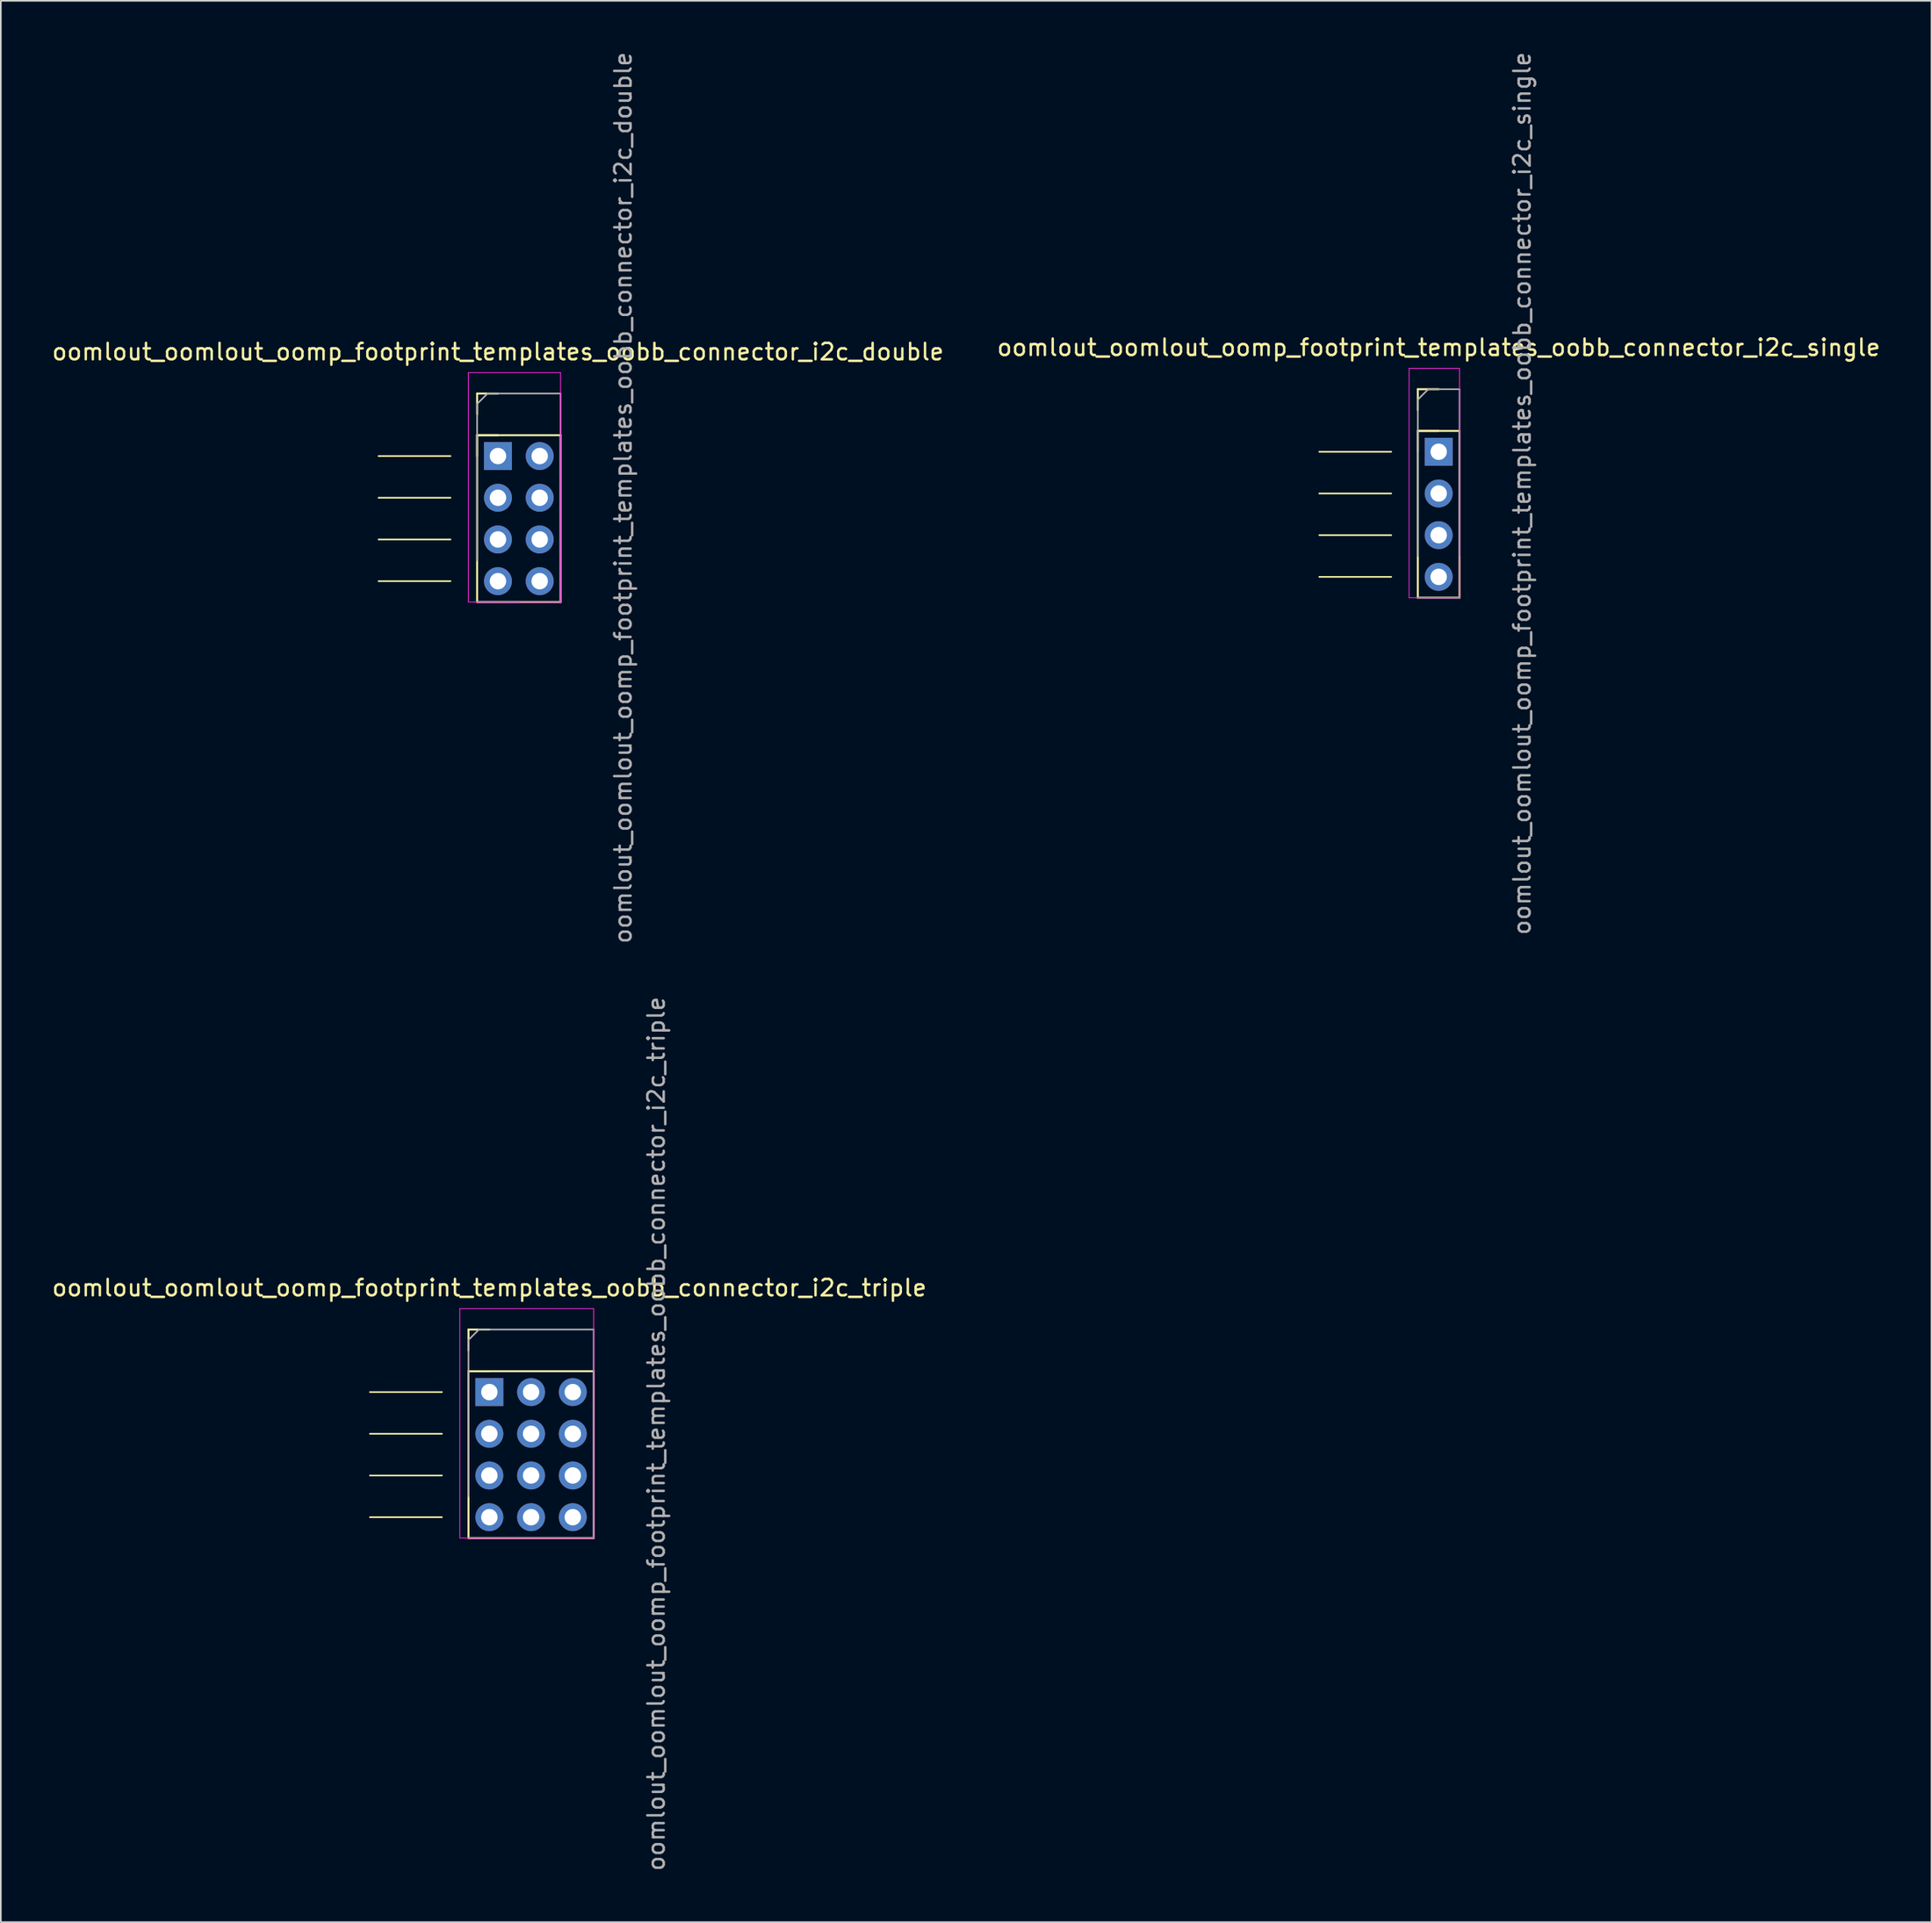
<source format=kicad_pcb>
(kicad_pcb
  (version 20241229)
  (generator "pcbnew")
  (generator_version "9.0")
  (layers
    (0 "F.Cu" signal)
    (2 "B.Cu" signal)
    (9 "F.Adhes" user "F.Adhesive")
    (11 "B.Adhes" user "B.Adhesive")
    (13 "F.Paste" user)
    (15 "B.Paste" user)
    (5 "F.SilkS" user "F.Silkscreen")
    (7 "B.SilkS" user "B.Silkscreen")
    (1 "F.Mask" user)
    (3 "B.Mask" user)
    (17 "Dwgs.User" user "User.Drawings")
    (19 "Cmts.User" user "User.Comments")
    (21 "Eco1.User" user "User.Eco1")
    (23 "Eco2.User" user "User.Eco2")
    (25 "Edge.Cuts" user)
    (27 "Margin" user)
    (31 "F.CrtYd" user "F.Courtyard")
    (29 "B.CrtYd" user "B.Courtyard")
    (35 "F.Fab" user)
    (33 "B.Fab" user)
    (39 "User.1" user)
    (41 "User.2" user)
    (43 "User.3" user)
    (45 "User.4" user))
  (footprint "oomlout_oomlout_oomp_footprint_templates_oobb_connector_i2c_triple"
    (layer "F.Cu")
    (at 26.744 81.74)
    (property "Reference" "oomlout_oomlout_oomp_footprint_templates_oobb_connector_i2c_triple" (at 0 -6.35 0) (layer "F.SilkS") (effects (font (size 1 1) (thickness 0.15))))
    (attr through_hole)
    (fp_line (start -2.89 0) (end -7.27 0) (stroke (width 0.1) (type default)) (layer "F.SilkS"))
    (fp_line (start -2.89 2.54) (end -7.27 2.54) (stroke (width 0.1) (type default)) (layer "F.SilkS"))
    (fp_line (start -2.89 5.08) (end -7.27 5.08) (stroke (width 0.1) (type default)) (layer "F.SilkS"))
    (fp_line (start -2.89 7.62) (end -7.27 7.62) (stroke (width 0.1) (type default)) (layer "F.SilkS"))
    (fp_line (start -1.27 -3.81) (end 0 -3.81) (stroke (width 0.12) (type solid)) (layer "F.SilkS"))
    (fp_line (start -1.27 -2.54) (end -1.27 -3.81) (stroke (width 0.12) (type solid)) (layer "F.SilkS"))
    (fp_line (start -1.27 -1.27) (end -1.27 8.89) (stroke (width 0.12) (type solid)) (layer "F.SilkS"))
    (fp_line (start -1.27 -1.27) (end 0 -1.27) (stroke (width 0.12) (type solid)) (layer "F.SilkS"))
    (fp_line (start -1.27 0) (end -1.27 -1.27) (stroke (width 0.12) (type solid)) (layer "F.SilkS"))
    (fp_line (start -1.27 8.89) (end 6.35 8.89) (stroke (width 0.12) (type solid)) (layer "F.SilkS"))
    (fp_line (start 6.35 -1.27) (end -1.27 -1.27) (stroke (width 0.12) (type solid)) (layer "F.SilkS"))
    (fp_line (start 6.35 -1.27) (end 6.35 8.89) (stroke (width 0.12) (type solid)) (layer "F.SilkS"))
    (fp_line (start -1.8 -5.08) (end -1.8 8.89) (stroke (width 0.05) (type solid)) (layer "F.CrtYd"))
    (fp_line (start -1.8 8.89) (end 6.35 8.89) (stroke (width 0.05) (type solid)) (layer "F.CrtYd"))
    (fp_line (start 6.35 -5.08) (end -1.8 -5.08) (stroke (width 0.05) (type solid)) (layer "F.CrtYd"))
    (fp_line (start 6.35 8.89) (end 6.35 -5.08) (stroke (width 0.05) (type solid)) (layer "F.CrtYd"))
    (fp_line (start -1.27 -3.175) (end -0.635 -3.81) (stroke (width 0.1) (type solid)) (layer "F.Fab"))
    (fp_line (start -1.27 6.35) (end -1.27 -3.175) (stroke (width 0.1) (type solid)) (layer "F.Fab"))
    (fp_line (start -0.635 -3.81) (end 6.35 -3.81) (stroke (width 0.1) (type solid)) (layer "F.Fab"))
    (fp_line (start 6.35 -3.81) (end 6.35 8.89) (stroke (width 0.1) (type solid)) (layer "F.Fab"))
    (fp_line (start 6.35 8.89) (end -1.27 8.89) (stroke (width 0.1) (type solid)) (layer "F.Fab"))
    (fp_text user "${REFERENCE}" (at 10.16 2.54 90) (layer "F.Fab") (effects (font (size 1 1) (thickness 0.15))))
    (pad "1" thru_hole oval (at 0 7.62) (size 1.7 1.7) (drill 1) (layers "*.Cu" "*.Mask"))
    (pad "1" thru_hole oval (at 2.54 7.62) (size 1.7 1.7) (drill 1) (layers "*.Cu" "*.Mask"))
    (pad "1" thru_hole oval (at 5.08 7.62) (size 1.7 1.7) (drill 1) (layers "*.Cu" "*.Mask"))
    (pad "2" thru_hole oval (at 0 5.08) (size 1.7 1.7) (drill 1) (layers "*.Cu" "*.Mask"))
    (pad "2" thru_hole oval (at 2.54 5.08) (size 1.7 1.7) (drill 1) (layers "*.Cu" "*.Mask"))
    (pad "2" thru_hole oval (at 5.08 5.08) (size 1.7 1.7) (drill 1) (layers "*.Cu" "*.Mask"))
    (pad "3" thru_hole circle (at 0 2.54) (size 1.7 1.7) (drill 1) (layers "*.Cu" "*.Mask"))
    (pad "3" thru_hole circle (at 2.54 2.54) (size 1.7 1.7) (drill 1) (layers "*.Cu" "*.Mask"))
    (pad "3" thru_hole circle (at 5.08 2.54) (size 1.7 1.7) (drill 1) (layers "*.Cu" "*.Mask"))
    (pad "4" thru_hole rect (at 0 0) (size 1.7 1.7) (drill 1) (layers "*.Cu" "*.Mask"))
    (pad "4" thru_hole circle (at 2.54 0) (size 1.7 1.7) (drill 1) (layers "*.Cu" "*.Mask"))
    (pad "4" thru_hole circle (at 5.08 0) (size 1.7 1.7) (drill 1) (layers "*.Cu" "*.Mask")))
  (footprint "oomlout_oomlout_oomp_footprint_templates_oobb_connector_i2c_double"
    (layer "F.Cu")
    (at 27.268 24.728)
    (property "Reference" "oomlout_oomlout_oomp_footprint_templates_oobb_connector_i2c_double" (at 0 -6.35 0) (layer "F.SilkS") (effects (font (size 1 1) (thickness 0.15))))
    (attr through_hole)
    (fp_line (start -2.89 0) (end -7.27 0) (stroke (width 0.1) (type default)) (layer "F.SilkS"))
    (fp_line (start -2.89 2.54) (end -7.27 2.54) (stroke (width 0.1) (type default)) (layer "F.SilkS"))
    (fp_line (start -2.89 5.08) (end -7.27 5.08) (stroke (width 0.1) (type default)) (layer "F.SilkS"))
    (fp_line (start -2.89 7.62) (end -7.27 7.62) (stroke (width 0.1) (type default)) (layer "F.SilkS"))
    (fp_line (start -1.27 -3.81) (end 0 -3.81) (stroke (width 0.12) (type solid)) (layer "F.SilkS"))
    (fp_line (start -1.27 -2.54) (end -1.27 -3.81) (stroke (width 0.12) (type solid)) (layer "F.SilkS"))
    (fp_line (start -1.27 -1.27) (end -1.27 8.89) (stroke (width 0.12) (type solid)) (layer "F.SilkS"))
    (fp_line (start -1.27 -1.27) (end 0 -1.27) (stroke (width 0.12) (type solid)) (layer "F.SilkS"))
    (fp_line (start -1.27 0) (end -1.27 -1.27) (stroke (width 0.12) (type solid)) (layer "F.SilkS"))
    (fp_line (start -1.27 8.89) (end 3.81 8.89) (stroke (width 0.12) (type solid)) (layer "F.SilkS"))
    (fp_line (start 3.81 -1.27) (end -1.27 -1.27) (stroke (width 0.12) (type solid)) (layer "F.SilkS"))
    (fp_line (start 3.81 -1.27) (end 3.81 8.89) (stroke (width 0.12) (type solid)) (layer "F.SilkS"))
    (fp_line (start -1.8 -5.08) (end -1.8 8.89) (stroke (width 0.05) (type solid)) (layer "F.CrtYd"))
    (fp_line (start -1.8 8.89) (end 3.81 8.89) (stroke (width 0.05) (type solid)) (layer "F.CrtYd"))
    (fp_line (start 3.81 -5.08) (end -1.8 -5.08) (stroke (width 0.05) (type solid)) (layer "F.CrtYd"))
    (fp_line (start 3.81 8.89) (end 3.81 -5.08) (stroke (width 0.05) (type solid)) (layer "F.CrtYd"))
    (fp_line (start -1.27 -3.175) (end -0.635 -3.81) (stroke (width 0.1) (type solid)) (layer "F.Fab"))
    (fp_line (start -1.27 6.35) (end -1.27 -3.175) (stroke (width 0.1) (type solid)) (layer "F.Fab"))
    (fp_line (start -0.635 -3.81) (end 3.81 -3.81) (stroke (width 0.1) (type solid)) (layer "F.Fab"))
    (fp_line (start 1.27 8.89) (end -1.27 8.89) (stroke (width 0.1) (type solid)) (layer "F.Fab"))
    (fp_line (start 3.81 -3.81) (end 3.81 8.89) (stroke (width 0.1) (type solid)) (layer "F.Fab"))
    (fp_text user "${REFERENCE}" (at 7.62 2.54 90) (layer "F.Fab") (effects (font (size 1 1) (thickness 0.15))))
    (pad "1" thru_hole oval (at 0 7.62) (size 1.7 1.7) (drill 1) (layers "*.Cu" "*.Mask"))
    (pad "1" thru_hole oval (at 2.54 7.62) (size 1.7 1.7) (drill 1) (layers "*.Cu" "*.Mask"))
    (pad "2" thru_hole oval (at 0 5.08) (size 1.7 1.7) (drill 1) (layers "*.Cu" "*.Mask"))
    (pad "2" thru_hole oval (at 2.54 5.08) (size 1.7 1.7) (drill 1) (layers "*.Cu" "*.Mask"))
    (pad "3" thru_hole circle (at 0 2.54) (size 1.7 1.7) (drill 1) (layers "*.Cu" "*.Mask"))
    (pad "3" thru_hole circle (at 2.54 2.54) (size 1.7 1.7) (drill 1) (layers "*.Cu" "*.Mask"))
    (pad "4" thru_hole rect (at 0 0) (size 1.7 1.7) (drill 1) (layers "*.Cu" "*.Mask"))
    (pad "4" thru_hole circle (at 2.54 0) (size 1.7 1.7) (drill 1) (layers "*.Cu" "*.Mask")))
  (footprint "oomlout_oomlout_oomp_footprint_templates_oobb_connector_i2c_single"
    (layer "F.Cu")
    (at 84.542 24.466)
    (property "Reference" "oomlout_oomlout_oomp_footprint_templates_oobb_connector_i2c_single" (at 0 -6.35 0) (layer "F.SilkS") (effects (font (size 1 1) (thickness 0.15))))
    (attr through_hole)
    (fp_line (start -2.89 0) (end -7.27 0) (stroke (width 0.1) (type default)) (layer "F.SilkS"))
    (fp_line (start -2.89 2.54) (end -7.27 2.54) (stroke (width 0.1) (type default)) (layer "F.SilkS"))
    (fp_line (start -2.89 5.08) (end -7.27 5.08) (stroke (width 0.1) (type default)) (layer "F.SilkS"))
    (fp_line (start -2.89 7.62) (end -7.27 7.62) (stroke (width 0.1) (type default)) (layer "F.SilkS"))
    (fp_line (start -1.27 -3.81) (end 0 -3.81) (stroke (width 0.12) (type solid)) (layer "F.SilkS"))
    (fp_line (start -1.27 -2.54) (end -1.27 -3.81) (stroke (width 0.12) (type solid)) (layer "F.SilkS"))
    (fp_line (start -1.27 -1.27) (end -1.27 8.89) (stroke (width 0.12) (type solid)) (layer "F.SilkS"))
    (fp_line (start -1.27 -1.27) (end 0 -1.27) (stroke (width 0.12) (type solid)) (layer "F.SilkS"))
    (fp_line (start -1.27 0) (end -1.27 -1.27) (stroke (width 0.12) (type solid)) (layer "F.SilkS"))
    (fp_line (start -1.27 8.89) (end 1.27 8.89) (stroke (width 0.12) (type solid)) (layer "F.SilkS"))
    (fp_line (start 1.27 -1.27) (end -1.27 -1.27) (stroke (width 0.12) (type solid)) (layer "F.SilkS"))
    (fp_line (start 1.27 -1.27) (end 1.27 8.89) (stroke (width 0.12) (type solid)) (layer "F.SilkS"))
    (fp_line (start -1.8 -5.08) (end -1.8 8.89) (stroke (width 0.05) (type solid)) (layer "F.CrtYd"))
    (fp_line (start -1.8 8.89) (end 1.27 8.89) (stroke (width 0.05) (type solid)) (layer "F.CrtYd"))
    (fp_line (start 1.27 -5.08) (end -1.8 -5.08) (stroke (width 0.05) (type solid)) (layer "F.CrtYd"))
    (fp_line (start 1.27 8.89) (end 1.27 -5.08) (stroke (width 0.05) (type solid)) (layer "F.CrtYd"))
    (fp_line (start -1.27 -3.175) (end -0.635 -3.81) (stroke (width 0.1) (type solid)) (layer "F.Fab"))
    (fp_line (start -1.27 6.35) (end -1.27 -3.175) (stroke (width 0.1) (type solid)) (layer "F.Fab"))
    (fp_line (start -0.635 -3.81) (end 1.27 -3.81) (stroke (width 0.1) (type solid)) (layer "F.Fab"))
    (fp_line (start 1.27 -3.81) (end 1.27 6.35) (stroke (width 0.1) (type solid)) (layer "F.Fab"))
    (fp_line (start 1.27 8.89) (end -1.27 8.89) (stroke (width 0.1) (type solid)) (layer "F.Fab"))
    (fp_text user "${REFERENCE}" (at 5.08 2.54 90) (layer "F.Fab") (effects (font (size 1 1) (thickness 0.15))))
    (pad "1" thru_hole oval (at 0 7.62) (size 1.7 1.7) (drill 1) (layers "*.Cu" "*.Mask"))
    (pad "2" thru_hole oval (at 0 5.08) (size 1.7 1.7) (drill 1) (layers "*.Cu" "*.Mask"))
    (pad "3" thru_hole circle (at 0 2.54) (size 1.7 1.7) (drill 1) (layers "*.Cu" "*.Mask"))
    (pad "4" thru_hole rect (at 0 0) (size 1.7 1.7) (drill 1) (layers "*.Cu" "*.Mask")))
  (gr_rect
    (start -3 -3)
    (end 114.548 114.024)
    (stroke (width 0.1) (type default))
    (fill no)
    (layer "Edge.Cuts")))
</source>
